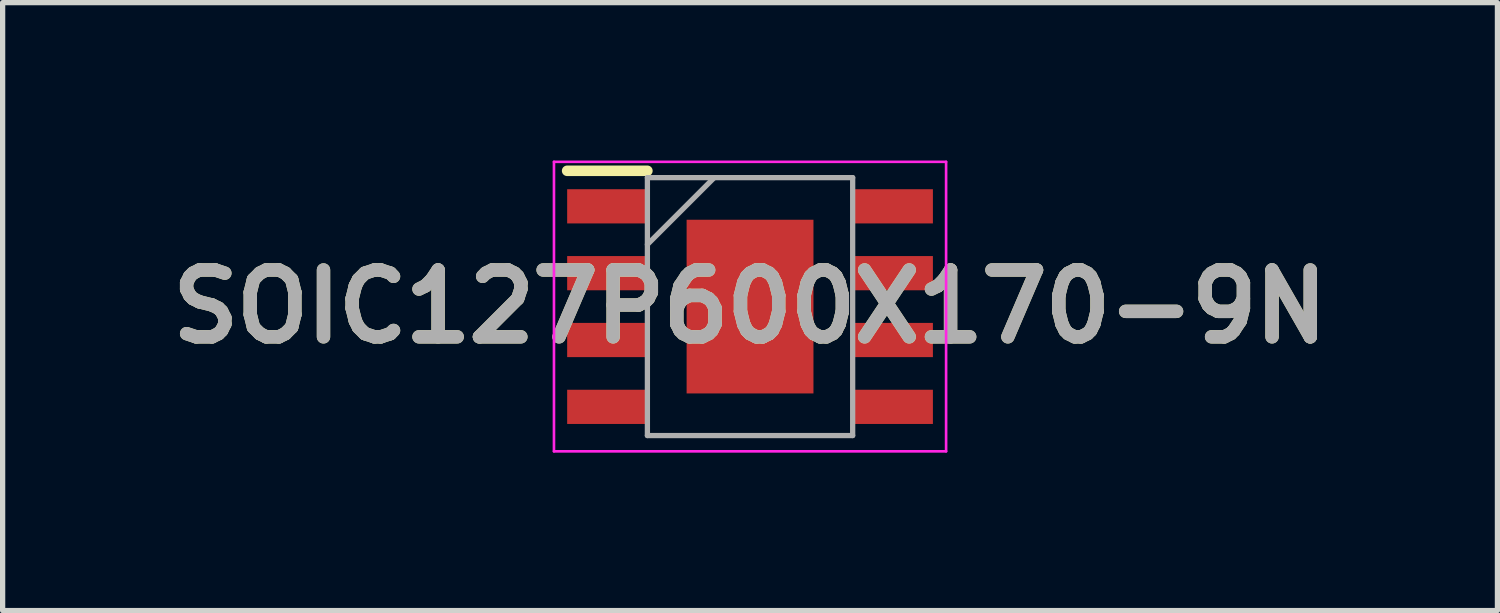
<source format=kicad_pcb>
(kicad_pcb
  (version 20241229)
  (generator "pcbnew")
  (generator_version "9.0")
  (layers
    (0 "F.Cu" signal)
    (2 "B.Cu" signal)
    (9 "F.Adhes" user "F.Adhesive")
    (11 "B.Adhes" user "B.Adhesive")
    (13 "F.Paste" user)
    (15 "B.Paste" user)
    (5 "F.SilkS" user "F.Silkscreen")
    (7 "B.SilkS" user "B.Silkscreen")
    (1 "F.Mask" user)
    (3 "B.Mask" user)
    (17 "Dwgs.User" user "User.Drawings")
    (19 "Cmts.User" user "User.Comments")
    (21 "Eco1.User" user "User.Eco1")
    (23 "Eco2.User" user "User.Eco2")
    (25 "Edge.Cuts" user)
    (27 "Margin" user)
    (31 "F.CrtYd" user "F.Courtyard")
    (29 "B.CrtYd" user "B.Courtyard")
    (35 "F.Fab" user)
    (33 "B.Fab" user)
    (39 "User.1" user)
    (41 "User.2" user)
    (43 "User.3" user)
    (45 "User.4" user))
  (footprint "SOIC127P600X170-9N"
    (layer "F.Cu")
    (at 11.2 2.775)
    (property "Reference" "SOIC127P600X170-9N" (at 0 0 0) (layer "F.SilkS") (effects (font (size 1.27 1.27) (thickness 0.254))))
    (attr smd)
    (fp_line (start -3.475 -2.58) (end -1.95 -2.58) (stroke (width 0.2) (type solid)) (layer "F.SilkS"))
    (fp_line (start -3.725 -2.75) (end 3.725 -2.75) (stroke (width 0.05) (type solid)) (layer "F.CrtYd"))
    (fp_line (start -3.725 2.75) (end -3.725 -2.75) (stroke (width 0.05) (type solid)) (layer "F.CrtYd"))
    (fp_line (start 3.725 -2.75) (end 3.725 2.75) (stroke (width 0.05) (type solid)) (layer "F.CrtYd"))
    (fp_line (start 3.725 2.75) (end -3.725 2.75) (stroke (width 0.05) (type solid)) (layer "F.CrtYd"))
    (fp_line (start -1.95 -2.45) (end 1.95 -2.45) (stroke (width 0.1) (type solid)) (layer "F.Fab"))
    (fp_line (start -1.95 -1.18) (end -0.68 -2.45) (stroke (width 0.1) (type solid)) (layer "F.Fab"))
    (fp_line (start -1.95 2.45) (end -1.95 -2.45) (stroke (width 0.1) (type solid)) (layer "F.Fab"))
    (fp_line (start 1.95 -2.45) (end 1.95 2.45) (stroke (width 0.1) (type solid)) (layer "F.Fab"))
    (fp_line (start 1.95 2.45) (end -1.95 2.45) (stroke (width 0.1) (type solid)) (layer "F.Fab"))
    (fp_text user "${REFERENCE}" (at 0 0 0) (layer "F.Fab") (effects (font (size 1.27 1.27) (thickness 0.254))))
    (pad "1" smd rect (at -2.712 -1.905 90) (size 0.65 1.525) (layers "F.Cu" "F.Mask" "F.Paste"))
    (pad "2" smd rect (at -2.712 -0.635 90) (size 0.65 1.525) (layers "F.Cu" "F.Mask" "F.Paste"))
    (pad "3" smd rect (at -2.712 0.635 90) (size 0.65 1.525) (layers "F.Cu" "F.Mask" "F.Paste"))
    (pad "4" smd rect (at -2.712 1.905 90) (size 0.65 1.525) (layers "F.Cu" "F.Mask" "F.Paste"))
    (pad "5" smd rect (at 2.712 1.905 90) (size 0.65 1.525) (layers "F.Cu" "F.Mask" "F.Paste"))
    (pad "6" smd rect (at 2.712 0.635 90) (size 0.65 1.525) (layers "F.Cu" "F.Mask" "F.Paste"))
    (pad "7" smd rect (at 2.712 -0.635 90) (size 0.65 1.525) (layers "F.Cu" "F.Mask" "F.Paste"))
    (pad "8" smd rect (at 2.712 -1.905 90) (size 0.65 1.525) (layers "F.Cu" "F.Mask" "F.Paste"))
    (pad "9" smd rect (at 0 0) (size 2.41 3.3) (layers "F.Cu" "F.Mask" "F.Paste")))
  (gr_rect
    (start -3 -3)
    (end 25.4 8.55)
    (stroke (width 0.1) (type default))
    (fill no)
    (layer "Edge.Cuts")))
</source>
